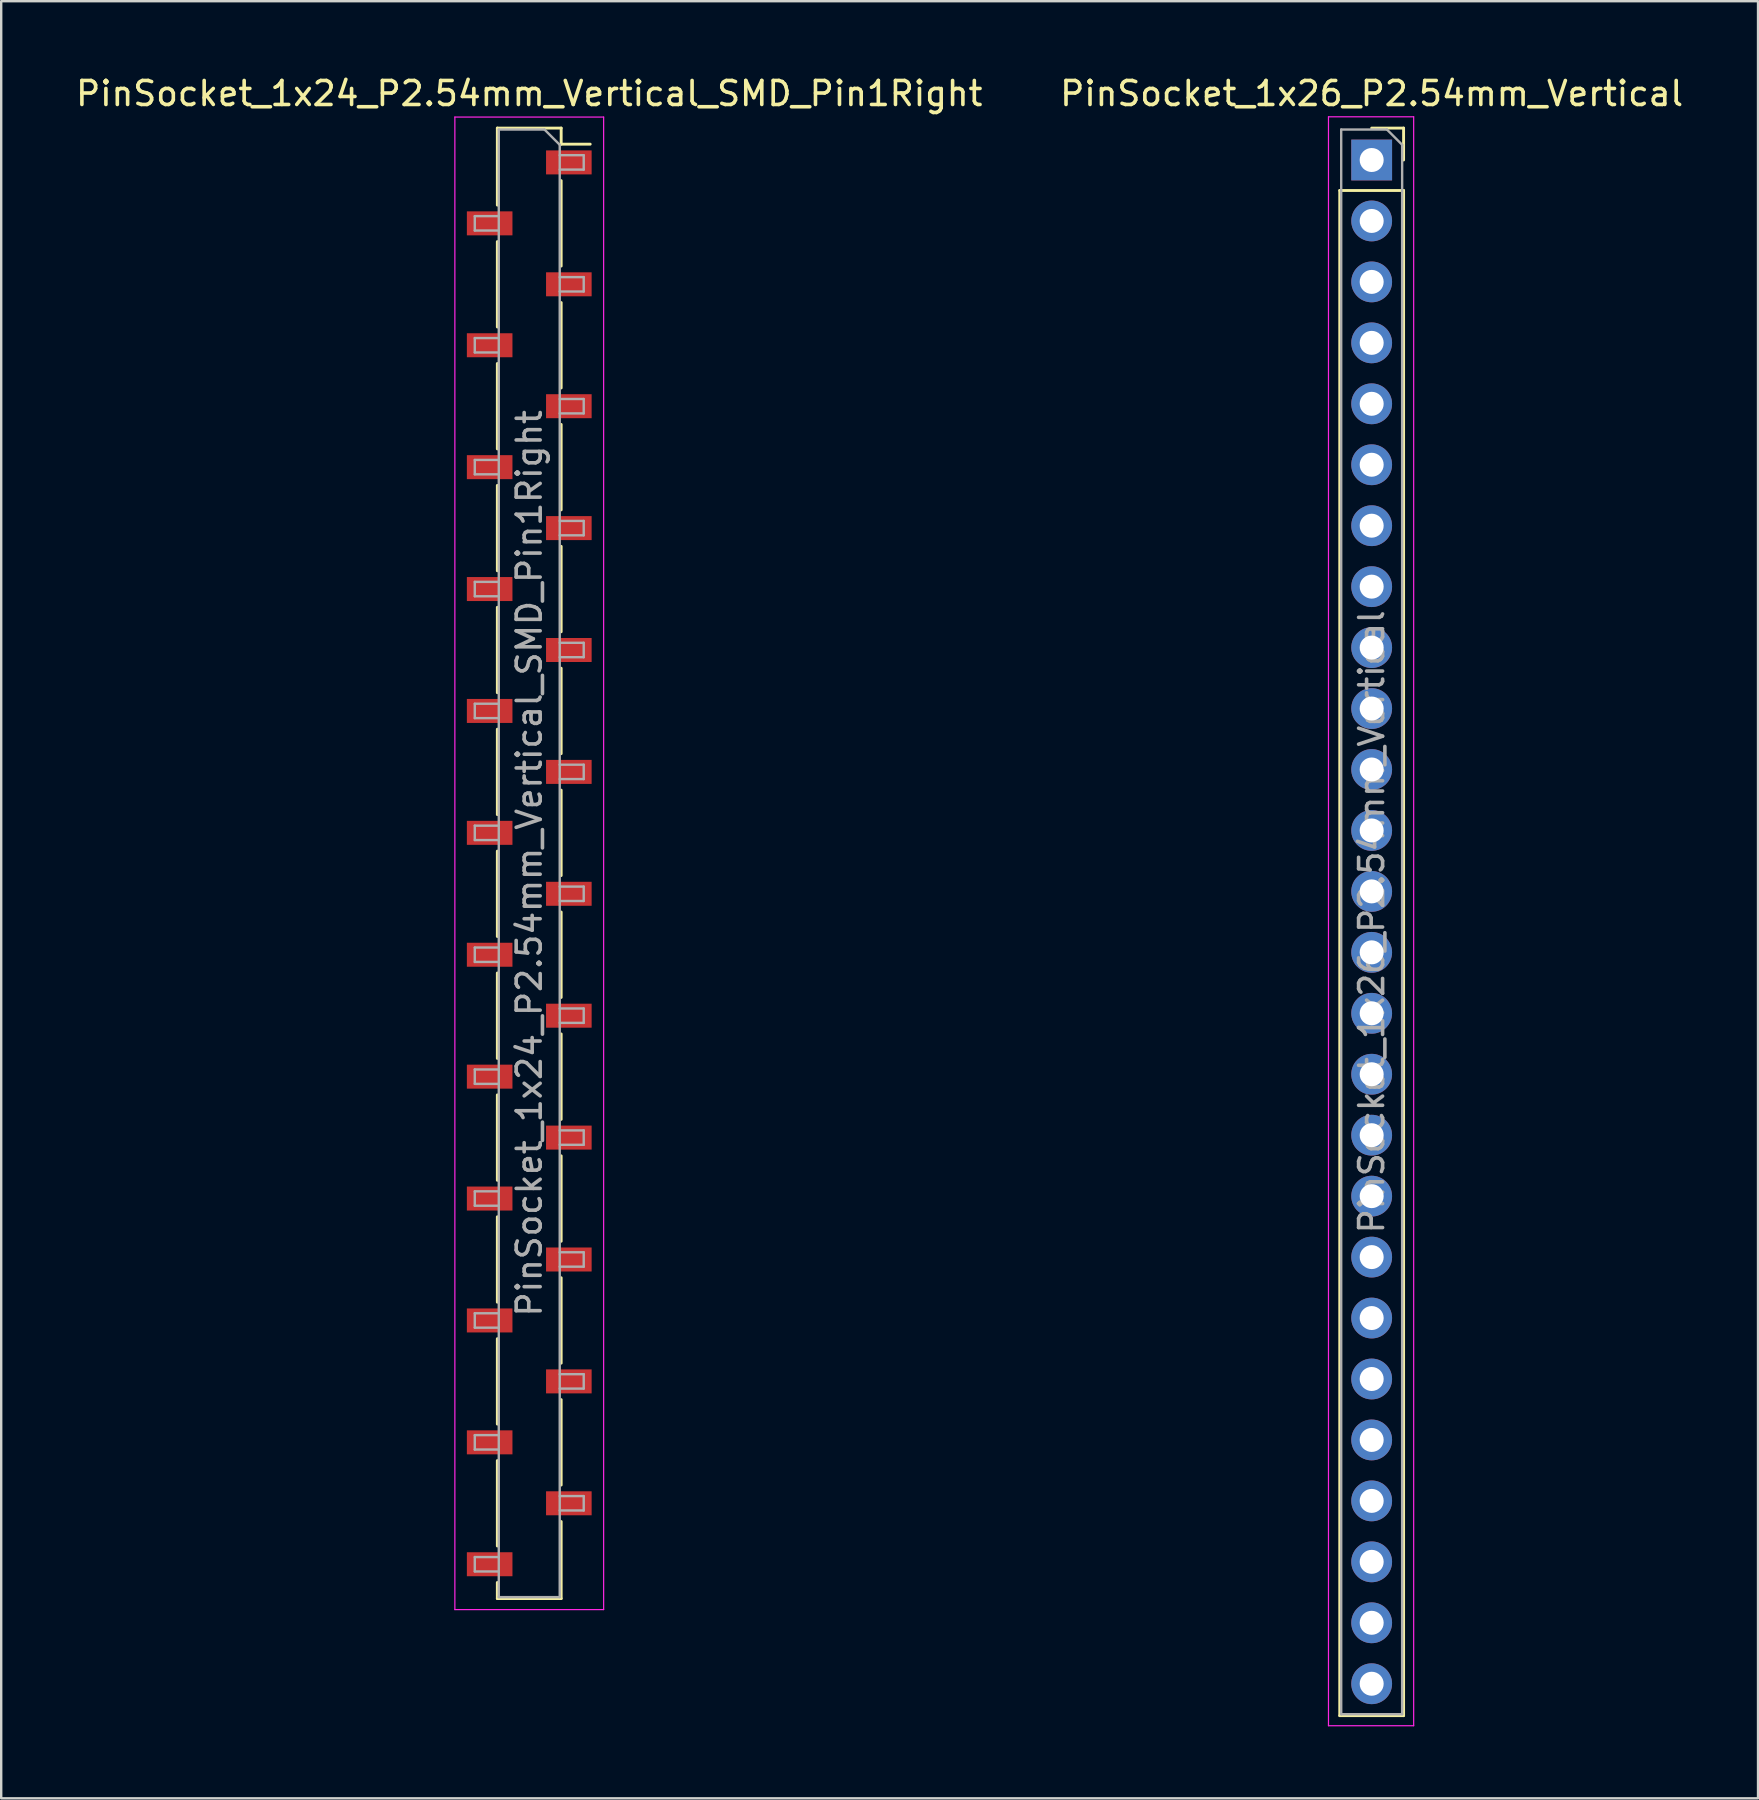
<source format=kicad_pcb>
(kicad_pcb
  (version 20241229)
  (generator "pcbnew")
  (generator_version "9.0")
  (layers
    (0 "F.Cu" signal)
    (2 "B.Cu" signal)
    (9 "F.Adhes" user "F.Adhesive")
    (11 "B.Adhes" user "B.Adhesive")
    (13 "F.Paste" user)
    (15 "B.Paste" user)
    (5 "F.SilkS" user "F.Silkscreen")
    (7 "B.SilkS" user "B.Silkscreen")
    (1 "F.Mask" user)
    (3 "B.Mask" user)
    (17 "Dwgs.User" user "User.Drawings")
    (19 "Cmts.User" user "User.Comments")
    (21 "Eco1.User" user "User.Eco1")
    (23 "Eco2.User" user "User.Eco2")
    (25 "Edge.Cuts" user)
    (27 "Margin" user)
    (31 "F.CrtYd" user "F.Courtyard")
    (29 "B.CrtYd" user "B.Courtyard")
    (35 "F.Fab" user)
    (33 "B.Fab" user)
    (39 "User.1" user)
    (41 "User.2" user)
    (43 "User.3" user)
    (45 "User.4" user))
  (footprint "PinSocket_1x24_P2.54mm_Vertical_SMD_Pin1Right"
    (layer "F.Cu")
    (at 19.006 32.928)
    (property "Reference" "PinSocket_1x24_P2.54mm_Vertical_SMD_Pin1Right" (at 0 -32.08 0) (layer "F.SilkS") (effects (font (size 1 1) (thickness 0.15))))
    (attr smd)
    (fp_line (start -1.33 -30.64) (end -1.33 -27.43) (stroke (width 0.12) (type solid)) (layer "F.SilkS"))
    (fp_line (start -1.33 -30.64) (end 1.33 -30.64) (stroke (width 0.12) (type solid)) (layer "F.SilkS"))
    (fp_line (start -1.33 -25.91) (end -1.33 -22.35) (stroke (width 0.12) (type solid)) (layer "F.SilkS"))
    (fp_line (start -1.33 -20.83) (end -1.33 -17.27) (stroke (width 0.12) (type solid)) (layer "F.SilkS"))
    (fp_line (start -1.33 -15.75) (end -1.33 -12.19) (stroke (width 0.12) (type solid)) (layer "F.SilkS"))
    (fp_line (start -1.33 -10.67) (end -1.33 -7.11) (stroke (width 0.12) (type solid)) (layer "F.SilkS"))
    (fp_line (start -1.33 -5.59) (end -1.33 -2.03) (stroke (width 0.12) (type solid)) (layer "F.SilkS"))
    (fp_line (start -1.33 -0.51) (end -1.33 3.05) (stroke (width 0.12) (type solid)) (layer "F.SilkS"))
    (fp_line (start -1.33 4.57) (end -1.33 8.13) (stroke (width 0.12) (type solid)) (layer "F.SilkS"))
    (fp_line (start -1.33 9.65) (end -1.33 13.21) (stroke (width 0.12) (type solid)) (layer "F.SilkS"))
    (fp_line (start -1.33 14.73) (end -1.33 18.29) (stroke (width 0.12) (type solid)) (layer "F.SilkS"))
    (fp_line (start -1.33 19.81) (end -1.33 23.37) (stroke (width 0.12) (type solid)) (layer "F.SilkS"))
    (fp_line (start -1.33 24.89) (end -1.33 28.45) (stroke (width 0.12) (type solid)) (layer "F.SilkS"))
    (fp_line (start -1.33 29.97) (end -1.33 30.64) (stroke (width 0.12) (type solid)) (layer "F.SilkS"))
    (fp_line (start -1.33 30.64) (end 1.33 30.64) (stroke (width 0.12) (type solid)) (layer "F.SilkS"))
    (fp_line (start 1.33 -30.64) (end 1.33 -29.97) (stroke (width 0.12) (type solid)) (layer "F.SilkS"))
    (fp_line (start 1.33 -29.97) (end 2.54 -29.97) (stroke (width 0.12) (type solid)) (layer "F.SilkS"))
    (fp_line (start 1.33 -28.45) (end 1.33 -24.89) (stroke (width 0.12) (type solid)) (layer "F.SilkS"))
    (fp_line (start 1.33 -23.37) (end 1.33 -19.81) (stroke (width 0.12) (type solid)) (layer "F.SilkS"))
    (fp_line (start 1.33 -18.29) (end 1.33 -14.73) (stroke (width 0.12) (type solid)) (layer "F.SilkS"))
    (fp_line (start 1.33 -13.21) (end 1.33 -9.65) (stroke (width 0.12) (type solid)) (layer "F.SilkS"))
    (fp_line (start 1.33 -8.13) (end 1.33 -4.57) (stroke (width 0.12) (type solid)) (layer "F.SilkS"))
    (fp_line (start 1.33 -3.05) (end 1.33 0.51) (stroke (width 0.12) (type solid)) (layer "F.SilkS"))
    (fp_line (start 1.33 2.03) (end 1.33 5.59) (stroke (width 0.12) (type solid)) (layer "F.SilkS"))
    (fp_line (start 1.33 7.11) (end 1.33 10.67) (stroke (width 0.12) (type solid)) (layer "F.SilkS"))
    (fp_line (start 1.33 12.19) (end 1.33 15.75) (stroke (width 0.12) (type solid)) (layer "F.SilkS"))
    (fp_line (start 1.33 17.27) (end 1.33 20.83) (stroke (width 0.12) (type solid)) (layer "F.SilkS"))
    (fp_line (start 1.33 22.35) (end 1.33 25.91) (stroke (width 0.12) (type solid)) (layer "F.SilkS"))
    (fp_line (start 1.33 27.43) (end 1.33 30.64) (stroke (width 0.12) (type solid)) (layer "F.SilkS"))
    (fp_line (start -3.1 -31.1) (end 3.1 -31.1) (stroke (width 0.05) (type solid)) (layer "F.CrtYd"))
    (fp_line (start -3.1 31.1) (end -3.1 -31.1) (stroke (width 0.05) (type solid)) (layer "F.CrtYd"))
    (fp_line (start 3.1 -31.1) (end 3.1 31.1) (stroke (width 0.05) (type solid)) (layer "F.CrtYd"))
    (fp_line (start 3.1 31.1) (end -3.1 31.1) (stroke (width 0.05) (type solid)) (layer "F.CrtYd"))
    (fp_line (start -2.27 -26.97) (end -1.27 -26.97) (stroke (width 0.1) (type solid)) (layer "F.Fab"))
    (fp_line (start -2.27 -26.37) (end -2.27 -26.97) (stroke (width 0.1) (type solid)) (layer "F.Fab"))
    (fp_line (start -2.27 -21.89) (end -1.27 -21.89) (stroke (width 0.1) (type solid)) (layer "F.Fab"))
    (fp_line (start -2.27 -21.29) (end -2.27 -21.89) (stroke (width 0.1) (type solid)) (layer "F.Fab"))
    (fp_line (start -2.27 -16.81) (end -1.27 -16.81) (stroke (width 0.1) (type solid)) (layer "F.Fab"))
    (fp_line (start -2.27 -16.21) (end -2.27 -16.81) (stroke (width 0.1) (type solid)) (layer "F.Fab"))
    (fp_line (start -2.27 -11.73) (end -1.27 -11.73) (stroke (width 0.1) (type solid)) (layer "F.Fab"))
    (fp_line (start -2.27 -11.13) (end -2.27 -11.73) (stroke (width 0.1) (type solid)) (layer "F.Fab"))
    (fp_line (start -2.27 -6.65) (end -1.27 -6.65) (stroke (width 0.1) (type solid)) (layer "F.Fab"))
    (fp_line (start -2.27 -6.05) (end -2.27 -6.65) (stroke (width 0.1) (type solid)) (layer "F.Fab"))
    (fp_line (start -2.27 -1.57) (end -1.27 -1.57) (stroke (width 0.1) (type solid)) (layer "F.Fab"))
    (fp_line (start -2.27 -0.97) (end -2.27 -1.57) (stroke (width 0.1) (type solid)) (layer "F.Fab"))
    (fp_line (start -2.27 3.51) (end -1.27 3.51) (stroke (width 0.1) (type solid)) (layer "F.Fab"))
    (fp_line (start -2.27 4.11) (end -2.27 3.51) (stroke (width 0.1) (type solid)) (layer "F.Fab"))
    (fp_line (start -2.27 8.59) (end -1.27 8.59) (stroke (width 0.1) (type solid)) (layer "F.Fab"))
    (fp_line (start -2.27 9.19) (end -2.27 8.59) (stroke (width 0.1) (type solid)) (layer "F.Fab"))
    (fp_line (start -2.27 13.67) (end -1.27 13.67) (stroke (width 0.1) (type solid)) (layer "F.Fab"))
    (fp_line (start -2.27 14.27) (end -2.27 13.67) (stroke (width 0.1) (type solid)) (layer "F.Fab"))
    (fp_line (start -2.27 18.75) (end -1.27 18.75) (stroke (width 0.1) (type solid)) (layer "F.Fab"))
    (fp_line (start -2.27 19.35) (end -2.27 18.75) (stroke (width 0.1) (type solid)) (layer "F.Fab"))
    (fp_line (start -2.27 23.83) (end -1.27 23.83) (stroke (width 0.1) (type solid)) (layer "F.Fab"))
    (fp_line (start -2.27 24.43) (end -2.27 23.83) (stroke (width 0.1) (type solid)) (layer "F.Fab"))
    (fp_line (start -2.27 28.91) (end -1.27 28.91) (stroke (width 0.1) (type solid)) (layer "F.Fab"))
    (fp_line (start -2.27 29.51) (end -2.27 28.91) (stroke (width 0.1) (type solid)) (layer "F.Fab"))
    (fp_line (start -1.27 -30.58) (end 0.635 -30.58) (stroke (width 0.1) (type solid)) (layer "F.Fab"))
    (fp_line (start -1.27 -26.37) (end -2.27 -26.37) (stroke (width 0.1) (type solid)) (layer "F.Fab"))
    (fp_line (start -1.27 -21.29) (end -2.27 -21.29) (stroke (width 0.1) (type solid)) (layer "F.Fab"))
    (fp_line (start -1.27 -16.21) (end -2.27 -16.21) (stroke (width 0.1) (type solid)) (layer "F.Fab"))
    (fp_line (start -1.27 -11.13) (end -2.27 -11.13) (stroke (width 0.1) (type solid)) (layer "F.Fab"))
    (fp_line (start -1.27 -6.05) (end -2.27 -6.05) (stroke (width 0.1) (type solid)) (layer "F.Fab"))
    (fp_line (start -1.27 -0.97) (end -2.27 -0.97) (stroke (width 0.1) (type solid)) (layer "F.Fab"))
    (fp_line (start -1.27 4.11) (end -2.27 4.11) (stroke (width 0.1) (type solid)) (layer "F.Fab"))
    (fp_line (start -1.27 9.19) (end -2.27 9.19) (stroke (width 0.1) (type solid)) (layer "F.Fab"))
    (fp_line (start -1.27 14.27) (end -2.27 14.27) (stroke (width 0.1) (type solid)) (layer "F.Fab"))
    (fp_line (start -1.27 19.35) (end -2.27 19.35) (stroke (width 0.1) (type solid)) (layer "F.Fab"))
    (fp_line (start -1.27 24.43) (end -2.27 24.43) (stroke (width 0.1) (type solid)) (layer "F.Fab"))
    (fp_line (start -1.27 29.51) (end -2.27 29.51) (stroke (width 0.1) (type solid)) (layer "F.Fab"))
    (fp_line (start -1.27 30.58) (end -1.27 -30.58) (stroke (width 0.1) (type solid)) (layer "F.Fab"))
    (fp_line (start 0.635 -30.58) (end 1.27 -29.945) (stroke (width 0.1) (type solid)) (layer "F.Fab"))
    (fp_line (start 1.27 -29.945) (end 1.27 30.58) (stroke (width 0.1) (type solid)) (layer "F.Fab"))
    (fp_line (start 1.27 -29.51) (end 2.27 -29.51) (stroke (width 0.1) (type solid)) (layer "F.Fab"))
    (fp_line (start 1.27 -24.43) (end 2.27 -24.43) (stroke (width 0.1) (type solid)) (layer "F.Fab"))
    (fp_line (start 1.27 -19.35) (end 2.27 -19.35) (stroke (width 0.1) (type solid)) (layer "F.Fab"))
    (fp_line (start 1.27 -14.27) (end 2.27 -14.27) (stroke (width 0.1) (type solid)) (layer "F.Fab"))
    (fp_line (start 1.27 -9.19) (end 2.27 -9.19) (stroke (width 0.1) (type solid)) (layer "F.Fab"))
    (fp_line (start 1.27 -4.11) (end 2.27 -4.11) (stroke (width 0.1) (type solid)) (layer "F.Fab"))
    (fp_line (start 1.27 0.97) (end 2.27 0.97) (stroke (width 0.1) (type solid)) (layer "F.Fab"))
    (fp_line (start 1.27 6.05) (end 2.27 6.05) (stroke (width 0.1) (type solid)) (layer "F.Fab"))
    (fp_line (start 1.27 11.13) (end 2.27 11.13) (stroke (width 0.1) (type solid)) (layer "F.Fab"))
    (fp_line (start 1.27 16.21) (end 2.27 16.21) (stroke (width 0.1) (type solid)) (layer "F.Fab"))
    (fp_line (start 1.27 21.29) (end 2.27 21.29) (stroke (width 0.1) (type solid)) (layer "F.Fab"))
    (fp_line (start 1.27 26.37) (end 2.27 26.37) (stroke (width 0.1) (type solid)) (layer "F.Fab"))
    (fp_line (start 1.27 30.58) (end -1.27 30.58) (stroke (width 0.1) (type solid)) (layer "F.Fab"))
    (fp_line (start 2.27 -29.51) (end 2.27 -28.91) (stroke (width 0.1) (type solid)) (layer "F.Fab"))
    (fp_line (start 2.27 -28.91) (end 1.27 -28.91) (stroke (width 0.1) (type solid)) (layer "F.Fab"))
    (fp_line (start 2.27 -24.43) (end 2.27 -23.83) (stroke (width 0.1) (type solid)) (layer "F.Fab"))
    (fp_line (start 2.27 -23.83) (end 1.27 -23.83) (stroke (width 0.1) (type solid)) (layer "F.Fab"))
    (fp_line (start 2.27 -19.35) (end 2.27 -18.75) (stroke (width 0.1) (type solid)) (layer "F.Fab"))
    (fp_line (start 2.27 -18.75) (end 1.27 -18.75) (stroke (width 0.1) (type solid)) (layer "F.Fab"))
    (fp_line (start 2.27 -14.27) (end 2.27 -13.67) (stroke (width 0.1) (type solid)) (layer "F.Fab"))
    (fp_line (start 2.27 -13.67) (end 1.27 -13.67) (stroke (width 0.1) (type solid)) (layer "F.Fab"))
    (fp_line (start 2.27 -9.19) (end 2.27 -8.59) (stroke (width 0.1) (type solid)) (layer "F.Fab"))
    (fp_line (start 2.27 -8.59) (end 1.27 -8.59) (stroke (width 0.1) (type solid)) (layer "F.Fab"))
    (fp_line (start 2.27 -4.11) (end 2.27 -3.51) (stroke (width 0.1) (type solid)) (layer "F.Fab"))
    (fp_line (start 2.27 -3.51) (end 1.27 -3.51) (stroke (width 0.1) (type solid)) (layer "F.Fab"))
    (fp_line (start 2.27 0.97) (end 2.27 1.57) (stroke (width 0.1) (type solid)) (layer "F.Fab"))
    (fp_line (start 2.27 1.57) (end 1.27 1.57) (stroke (width 0.1) (type solid)) (layer "F.Fab"))
    (fp_line (start 2.27 6.05) (end 2.27 6.65) (stroke (width 0.1) (type solid)) (layer "F.Fab"))
    (fp_line (start 2.27 6.65) (end 1.27 6.65) (stroke (width 0.1) (type solid)) (layer "F.Fab"))
    (fp_line (start 2.27 11.13) (end 2.27 11.73) (stroke (width 0.1) (type solid)) (layer "F.Fab"))
    (fp_line (start 2.27 11.73) (end 1.27 11.73) (stroke (width 0.1) (type solid)) (layer "F.Fab"))
    (fp_line (start 2.27 16.21) (end 2.27 16.81) (stroke (width 0.1) (type solid)) (layer "F.Fab"))
    (fp_line (start 2.27 16.81) (end 1.27 16.81) (stroke (width 0.1) (type solid)) (layer "F.Fab"))
    (fp_line (start 2.27 21.29) (end 2.27 21.89) (stroke (width 0.1) (type solid)) (layer "F.Fab"))
    (fp_line (start 2.27 21.89) (end 1.27 21.89) (stroke (width 0.1) (type solid)) (layer "F.Fab"))
    (fp_line (start 2.27 26.37) (end 2.27 26.97) (stroke (width 0.1) (type solid)) (layer "F.Fab"))
    (fp_line (start 2.27 26.97) (end 1.27 26.97) (stroke (width 0.1) (type solid)) (layer "F.Fab"))
    (fp_text user "${REFERENCE}" (at 0 0 90) (layer "F.Fab") (effects (font (size 1 1) (thickness 0.15))))
    (pad "1" smd rect (at 1.65 -29.21) (size 1.9 1) (layers "F.Cu" "F.Mask" "F.Paste"))
    (pad "2" smd rect (at -1.65 -26.67) (size 1.9 1) (layers "F.Cu" "F.Mask" "F.Paste"))
    (pad "3" smd rect (at 1.65 -24.13) (size 1.9 1) (layers "F.Cu" "F.Mask" "F.Paste"))
    (pad "4" smd rect (at -1.65 -21.59) (size 1.9 1) (layers "F.Cu" "F.Mask" "F.Paste"))
    (pad "5" smd rect (at 1.65 -19.05) (size 1.9 1) (layers "F.Cu" "F.Mask" "F.Paste"))
    (pad "6" smd rect (at -1.65 -16.51) (size 1.9 1) (layers "F.Cu" "F.Mask" "F.Paste"))
    (pad "7" smd rect (at 1.65 -13.97) (size 1.9 1) (layers "F.Cu" "F.Mask" "F.Paste"))
    (pad "8" smd rect (at -1.65 -11.43) (size 1.9 1) (layers "F.Cu" "F.Mask" "F.Paste"))
    (pad "9" smd rect (at 1.65 -8.89) (size 1.9 1) (layers "F.Cu" "F.Mask" "F.Paste"))
    (pad "10" smd rect (at -1.65 -6.35) (size 1.9 1) (layers "F.Cu" "F.Mask" "F.Paste"))
    (pad "11" smd rect (at 1.65 -3.81) (size 1.9 1) (layers "F.Cu" "F.Mask" "F.Paste"))
    (pad "12" smd rect (at -1.65 -1.27) (size 1.9 1) (layers "F.Cu" "F.Mask" "F.Paste"))
    (pad "13" smd rect (at 1.65 1.27) (size 1.9 1) (layers "F.Cu" "F.Mask" "F.Paste"))
    (pad "14" smd rect (at -1.65 3.81) (size 1.9 1) (layers "F.Cu" "F.Mask" "F.Paste"))
    (pad "15" smd rect (at 1.65 6.35) (size 1.9 1) (layers "F.Cu" "F.Mask" "F.Paste"))
    (pad "16" smd rect (at -1.65 8.89) (size 1.9 1) (layers "F.Cu" "F.Mask" "F.Paste"))
    (pad "17" smd rect (at 1.65 11.43) (size 1.9 1) (layers "F.Cu" "F.Mask" "F.Paste"))
    (pad "18" smd rect (at -1.65 13.97) (size 1.9 1) (layers "F.Cu" "F.Mask" "F.Paste"))
    (pad "19" smd rect (at 1.65 16.51) (size 1.9 1) (layers "F.Cu" "F.Mask" "F.Paste"))
    (pad "20" smd rect (at -1.65 19.05) (size 1.9 1) (layers "F.Cu" "F.Mask" "F.Paste"))
    (pad "21" smd rect (at 1.65 21.59) (size 1.9 1) (layers "F.Cu" "F.Mask" "F.Paste"))
    (pad "22" smd rect (at -1.65 24.13) (size 1.9 1) (layers "F.Cu" "F.Mask" "F.Paste"))
    (pad "23" smd rect (at 1.65 26.67) (size 1.9 1) (layers "F.Cu" "F.Mask" "F.Paste"))
    (pad "24" smd rect (at -1.65 29.21) (size 1.9 1) (layers "F.Cu" "F.Mask" "F.Paste")))
  (footprint "PinSocket_1x26_P2.54mm_Vertical"
    (layer "F.Cu")
    (at 54.113 3.618)
    (property "Reference" "PinSocket_1x26_P2.54mm_Vertical" (at 0 -2.77 0) (layer "F.SilkS") (effects (font (size 1 1) (thickness 0.15))))
    (attr through_hole)
    (fp_line (start -1.33 1.27) (end -1.33 64.83) (stroke (width 0.12) (type solid)) (layer "F.SilkS"))
    (fp_line (start -1.33 1.27) (end 1.33 1.27) (stroke (width 0.12) (type solid)) (layer "F.SilkS"))
    (fp_line (start -1.33 64.83) (end 1.33 64.83) (stroke (width 0.12) (type solid)) (layer "F.SilkS"))
    (fp_line (start 0 -1.33) (end 1.33 -1.33) (stroke (width 0.12) (type solid)) (layer "F.SilkS"))
    (fp_line (start 1.33 -1.33) (end 1.33 0) (stroke (width 0.12) (type solid)) (layer "F.SilkS"))
    (fp_line (start 1.33 1.27) (end 1.33 64.83) (stroke (width 0.12) (type solid)) (layer "F.SilkS"))
    (fp_line (start -1.8 -1.8) (end 1.75 -1.8) (stroke (width 0.05) (type solid)) (layer "F.CrtYd"))
    (fp_line (start -1.8 65.25) (end -1.8 -1.8) (stroke (width 0.05) (type solid)) (layer "F.CrtYd"))
    (fp_line (start 1.75 -1.8) (end 1.75 65.25) (stroke (width 0.05) (type solid)) (layer "F.CrtYd"))
    (fp_line (start 1.75 65.25) (end -1.8 65.25) (stroke (width 0.05) (type solid)) (layer "F.CrtYd"))
    (fp_line (start -1.27 -1.27) (end 0.635 -1.27) (stroke (width 0.1) (type solid)) (layer "F.Fab"))
    (fp_line (start -1.27 64.77) (end -1.27 -1.27) (stroke (width 0.1) (type solid)) (layer "F.Fab"))
    (fp_line (start 0.635 -1.27) (end 1.27 -0.635) (stroke (width 0.1) (type solid)) (layer "F.Fab"))
    (fp_line (start 1.27 -0.635) (end 1.27 64.77) (stroke (width 0.1) (type solid)) (layer "F.Fab"))
    (fp_line (start 1.27 64.77) (end -1.27 64.77) (stroke (width 0.1) (type solid)) (layer "F.Fab"))
    (fp_text user "${REFERENCE}" (at 0 31.75 90) (layer "F.Fab") (effects (font (size 1 1) (thickness 0.15))))
    (pad "1" thru_hole rect (at 0 0) (size 1.7 1.7) (drill 1) (layers "*.Cu" "*.Mask"))
    (pad "2" thru_hole oval (at 0 2.54) (size 1.7 1.7) (drill 1) (layers "*.Cu" "*.Mask"))
    (pad "3" thru_hole oval (at 0 5.08) (size 1.7 1.7) (drill 1) (layers "*.Cu" "*.Mask"))
    (pad "4" thru_hole oval (at 0 7.62) (size 1.7 1.7) (drill 1) (layers "*.Cu" "*.Mask"))
    (pad "5" thru_hole oval (at 0 10.16) (size 1.7 1.7) (drill 1) (layers "*.Cu" "*.Mask"))
    (pad "6" thru_hole oval (at 0 12.7) (size 1.7 1.7) (drill 1) (layers "*.Cu" "*.Mask"))
    (pad "7" thru_hole oval (at 0 15.24) (size 1.7 1.7) (drill 1) (layers "*.Cu" "*.Mask"))
    (pad "8" thru_hole oval (at 0 17.78) (size 1.7 1.7) (drill 1) (layers "*.Cu" "*.Mask"))
    (pad "9" thru_hole oval (at 0 20.32) (size 1.7 1.7) (drill 1) (layers "*.Cu" "*.Mask"))
    (pad "10" thru_hole oval (at 0 22.86) (size 1.7 1.7) (drill 1) (layers "*.Cu" "*.Mask"))
    (pad "11" thru_hole oval (at 0 25.4) (size 1.7 1.7) (drill 1) (layers "*.Cu" "*.Mask"))
    (pad "12" thru_hole oval (at 0 27.94) (size 1.7 1.7) (drill 1) (layers "*.Cu" "*.Mask"))
    (pad "13" thru_hole oval (at 0 30.48) (size 1.7 1.7) (drill 1) (layers "*.Cu" "*.Mask"))
    (pad "14" thru_hole oval (at 0 33.02) (size 1.7 1.7) (drill 1) (layers "*.Cu" "*.Mask"))
    (pad "15" thru_hole oval (at 0 35.56) (size 1.7 1.7) (drill 1) (layers "*.Cu" "*.Mask"))
    (pad "16" thru_hole oval (at 0 38.1) (size 1.7 1.7) (drill 1) (layers "*.Cu" "*.Mask"))
    (pad "17" thru_hole oval (at 0 40.64) (size 1.7 1.7) (drill 1) (layers "*.Cu" "*.Mask"))
    (pad "18" thru_hole oval (at 0 43.18) (size 1.7 1.7) (drill 1) (layers "*.Cu" "*.Mask"))
    (pad "19" thru_hole oval (at 0 45.72) (size 1.7 1.7) (drill 1) (layers "*.Cu" "*.Mask"))
    (pad "20" thru_hole oval (at 0 48.26) (size 1.7 1.7) (drill 1) (layers "*.Cu" "*.Mask"))
    (pad "21" thru_hole oval (at 0 50.8) (size 1.7 1.7) (drill 1) (layers "*.Cu" "*.Mask"))
    (pad "22" thru_hole oval (at 0 53.34) (size 1.7 1.7) (drill 1) (layers "*.Cu" "*.Mask"))
    (pad "23" thru_hole oval (at 0 55.88) (size 1.7 1.7) (drill 1) (layers "*.Cu" "*.Mask"))
    (pad "24" thru_hole oval (at 0 58.42) (size 1.7 1.7) (drill 1) (layers "*.Cu" "*.Mask"))
    (pad "25" thru_hole oval (at 0 60.96) (size 1.7 1.7) (drill 1) (layers "*.Cu" "*.Mask"))
    (pad "26" thru_hole oval (at 0 63.5) (size 1.7 1.7) (drill 1) (layers "*.Cu" "*.Mask")))
  (gr_rect
    (start -3 -3)
    (end 70.214 71.893)
    (stroke (width 0.1) (type default))
    (fill no)
    (layer "Edge.Cuts")))
</source>
